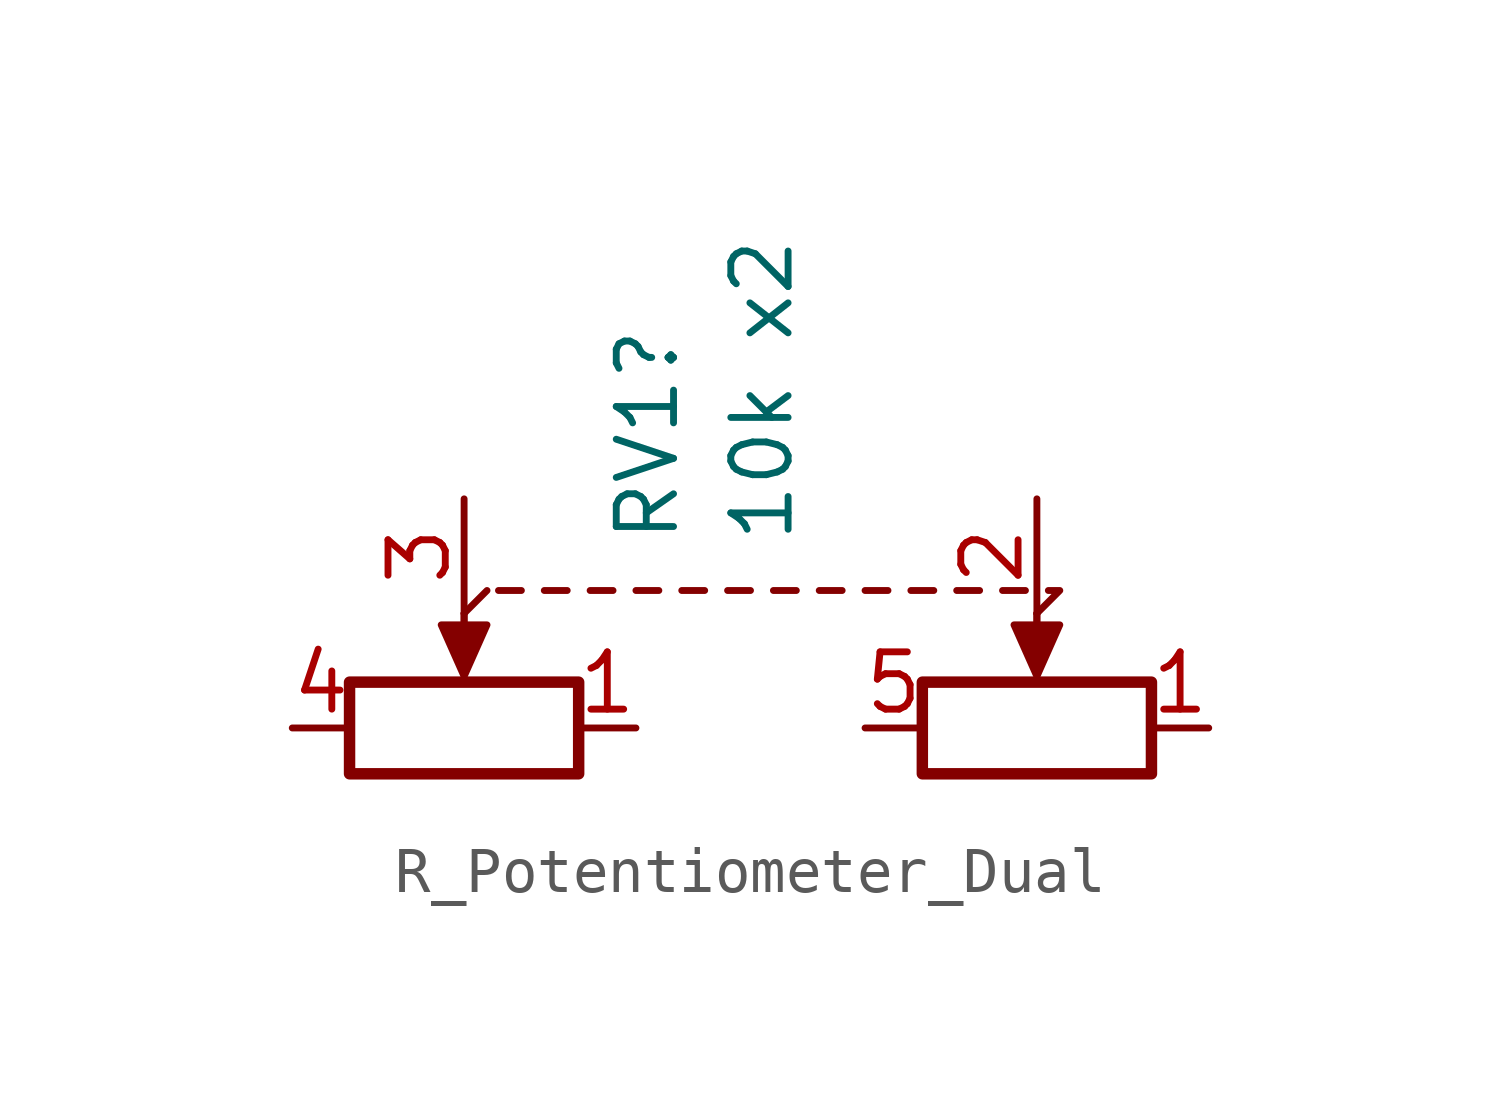
<source format=kicad_sym>
(kicad_symbol_lib
  (version 20241209)
  (generator "kicad_symbol_editor")
  (generator_version "9.0")
  (symbol "R_Potentiometer_Dual"
    (pin_names
      (offset 1.016)
      (hide yes))
    (property "Reference" "RV1"
      (at -2.286 1.524 90)
      (effects (font (size 1.27 1.27)) (justify left)))
    (property "Value" "10k x2"
      (at 0.254 1.524 90)
      (effects (font (size 1.27 1.27)) (justify left)))
    (symbol "R_Potentiometer_Dual_0_1"
      (rectangle (start -8.89 -1.524) (end -3.81 -3.556) (stroke (width 0.254) (type default)) (fill (type none)))
      (polyline (pts (xy -6.35 0) (xy -6.35 -1.016)) (stroke (width 0) (type default)) (fill (type none)))
      (polyline (pts (xy -6.35 0) (xy -6.35 -1.016)) (stroke (width 0) (type default)) (fill (type none)))
      (polyline (pts (xy -6.35 0) (xy -5.842 0.508)) (stroke (width 0) (type default)) (fill (type none)))
      (polyline (pts (xy -6.35 -1.397) (xy -6.858 -0.254) (xy -5.842 -0.254) (xy -6.35 -1.397)) (stroke (width 0) (type default)) (fill (type outline)))
      (polyline (pts (xy -5.588 0.508) (xy -5.08 0.508)) (stroke (width 0) (type default)) (fill (type none)))
      (polyline (pts (xy -4.572 0.508) (xy -4.064 0.508)) (stroke (width 0) (type default)) (fill (type none)))
      (polyline (pts (xy -3.556 0.508) (xy -3.048 0.508)) (stroke (width 0) (type default)) (fill (type none)))
      (polyline (pts (xy -2.54 0.508) (xy -2.032 0.508)) (stroke (width 0) (type default)) (fill (type none)))
      (polyline (pts (xy -1.524 0.508) (xy -1.016 0.508)) (stroke (width 0) (type default)) (fill (type none)))
      (polyline (pts (xy -0.508 0.508) (xy 0 0.508)) (stroke (width 0) (type default)) (fill (type none)))
      (polyline (pts (xy 0.508 0.508) (xy 1.016 0.508)) (stroke (width 0) (type default)) (fill (type none)))
      (polyline (pts (xy 1.524 0.508) (xy 2.032 0.508)) (stroke (width 0) (type default)) (fill (type none)))
      (polyline (pts (xy 2.54 0.508) (xy 3.048 0.508)) (stroke (width 0) (type default)) (fill (type none)))
      (polyline (pts (xy 3.556 0.508) (xy 4.064 0.508)) (stroke (width 0) (type default)) (fill (type none)))
      (rectangle (start 3.81 -1.524) (end 8.89 -3.556) (stroke (width 0.254) (type default)) (fill (type none)))
      (polyline (pts (xy 4.572 0.508) (xy 5.08 0.508)) (stroke (width 0) (type default)) (fill (type none)))
      (polyline (pts (xy 5.588 0.508) (xy 6.096 0.508)) (stroke (width 0) (type default)) (fill (type none)))
      (polyline (pts (xy 6.35 0) (xy 6.35 -1.016)) (stroke (width 0) (type default)) (fill (type none)))
      (polyline (pts (xy 6.35 0) (xy 6.35 -1.016)) (stroke (width 0) (type default)) (fill (type none)))
      (polyline (pts (xy 6.35 -1.397) (xy 5.842 -0.254) (xy 6.858 -0.254) (xy 6.35 -1.397)) (stroke (width 0) (type default)) (fill (type outline)))
      (polyline (pts (xy 6.604 0.508) (xy 6.858 0.508) (xy 6.35 0)) (stroke (width 0) (type default)) (fill (type none))))
    (symbol "R_Potentiometer_Dual_1_1"
      (pin passive line (at -10.16 -2.54 0) (length 1.27) (name "S02_IN" (effects (font (size 1.27 1.27)))) (number "4" (effects (font (size 1.27 1.27)))))
      (pin passive line (at -6.35 2.54 270) (length 2.54) (name "S02_OUT" (effects (font (size 1.27 1.27)))) (number "3" (effects (font (size 1.27 1.27)))))
      (pin passive line (at -2.54 -2.54 180) (length 1.27) (name "GND" (effects (font (size 1.27 1.27)))) (number "1" (effects (font (size 1.27 1.27)))))
      (pin passive line (at 2.54 -2.54 0) (length 1.27) (name "S01_IN" (effects (font (size 1.27 1.27)))) (number "5" (effects (font (size 1.27 1.27)))))
      (pin passive line (at 6.35 2.54 270) (length 2.54) (name "S02_OUT" (effects (font (size 1.27 1.27)))) (number "2" (effects (font (size 1.27 1.27)))))
      (pin passive line (at 10.16 -2.54 180) (length 1.27) (name "GND" (effects (font (size 1.27 1.27)))) (number "1" (effects (font (size 1.27 1.27))))))))
</source>
